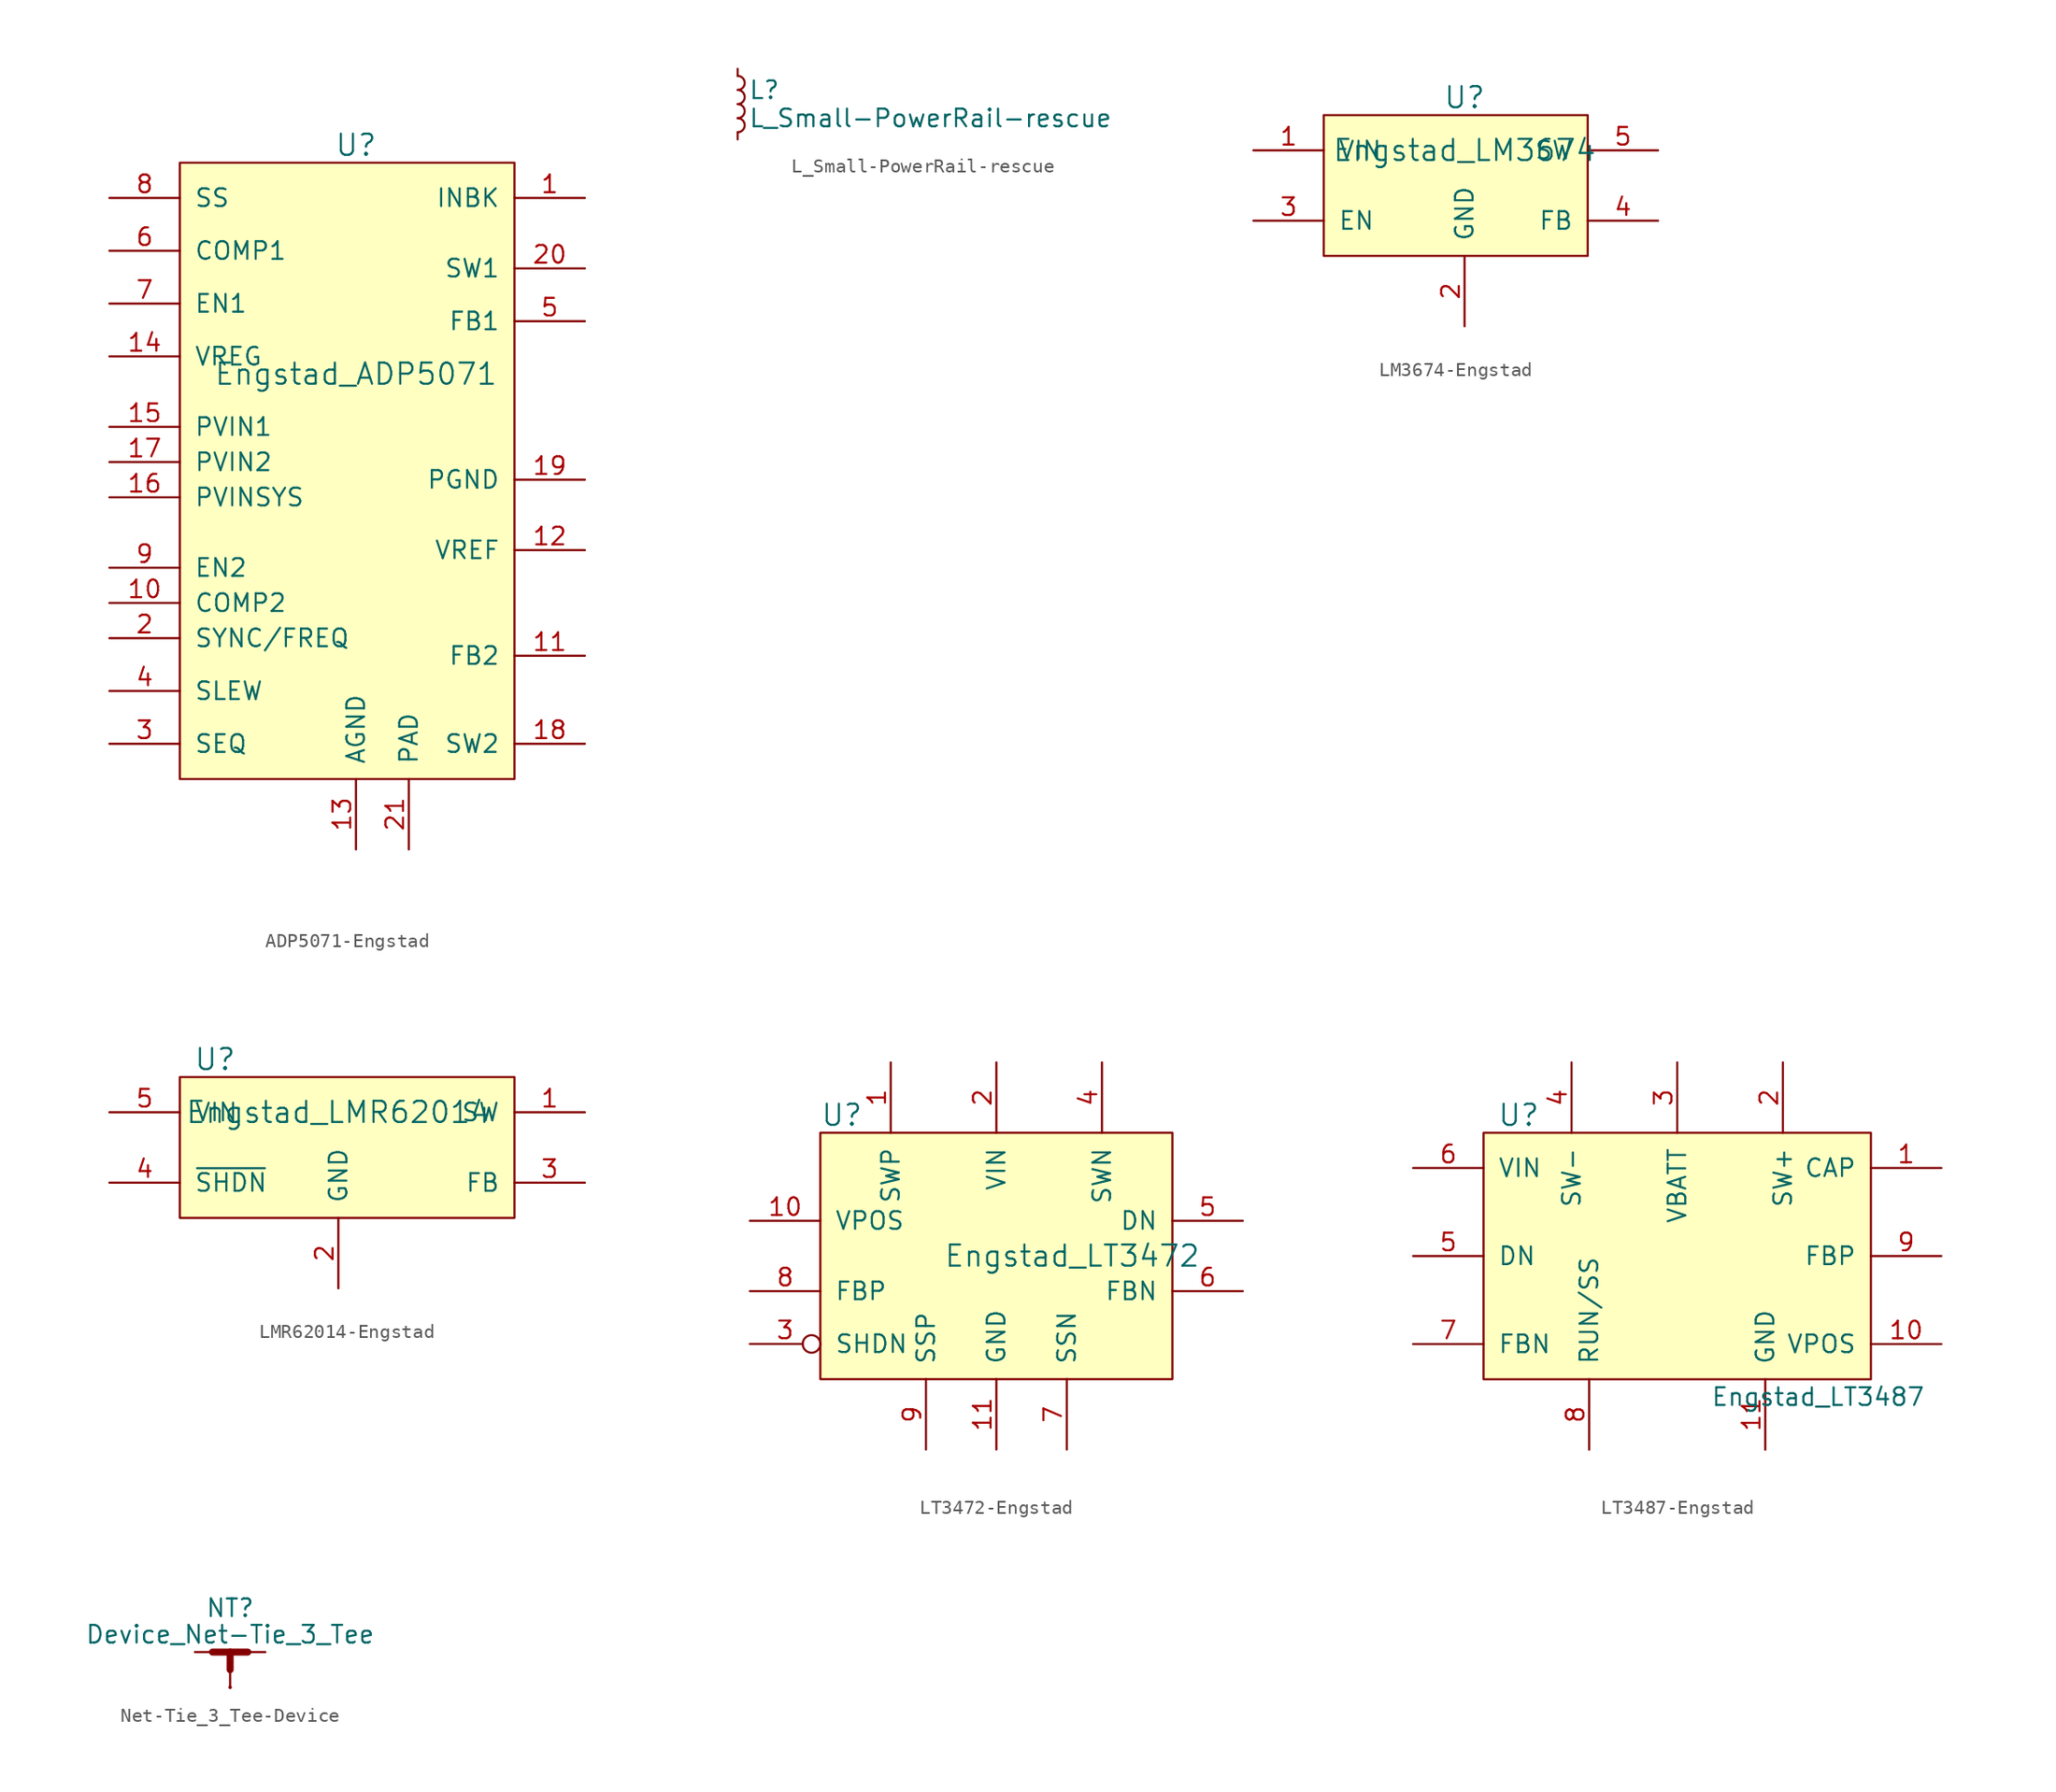
<source format=kicad_sym>
(kicad_symbol_lib
  (version 20220914)
  (generator kicad_symbol_editor)
  (symbol "ADP5071-Engstad"
    (pin_names
      (offset 1.016))
    (property "Reference" "U"
      (at 0 22.86 0)
      (effects (font (size 1.524 1.524))))
    (property "Value" "Engstad_ADP5071"
      (at 0 6.35 0)
      (effects (font (size 1.524 1.524))))
    (property "Footprint" ""
      (at 0 5.08 0)
      (effects (font (size 1.524 1.524))))
    (property "Datasheet" ""
      (at 0 5.08 0)
      (effects (font (size 1.524 1.524))))
    (symbol "ADP5071-Engstad_0_1"
      (rectangle (start -12.7 21.59) (end 11.43 -22.86) (stroke (width 0) (type solid)) (fill (type background))))
    (symbol "ADP5071-Engstad_1_1"
      (pin input line (at 16.51 19.05 180) (length 5.08) (name "INBK" (effects (font (size 1.27 1.27)))) (number "1" (effects (font (size 1.27 1.27)))))
      (pin input line (at -17.78 -10.16 0) (length 5.08) (name "COMP2" (effects (font (size 1.27 1.27)))) (number "10" (effects (font (size 1.27 1.27)))))
      (pin input line (at 16.51 -13.97 180) (length 5.08) (name "FB2" (effects (font (size 1.27 1.27)))) (number "11" (effects (font (size 1.27 1.27)))))
      (pin input line (at 16.51 -6.35 180) (length 5.08) (name "VREF" (effects (font (size 1.27 1.27)))) (number "12" (effects (font (size 1.27 1.27)))))
      (pin input line (at 0 -27.94 90) (length 5.08) (name "AGND" (effects (font (size 1.27 1.27)))) (number "13" (effects (font (size 1.27 1.27)))))
      (pin input line (at -17.78 7.62 0) (length 5.08) (name "VREG" (effects (font (size 1.27 1.27)))) (number "14" (effects (font (size 1.27 1.27)))))
      (pin input line (at -17.78 2.54 0) (length 5.08) (name "PVIN1" (effects (font (size 1.27 1.27)))) (number "15" (effects (font (size 1.27 1.27)))))
      (pin input line (at -17.78 -2.54 0) (length 5.08) (name "PVINSYS" (effects (font (size 1.27 1.27)))) (number "16" (effects (font (size 1.27 1.27)))))
      (pin input line (at -17.78 0 0) (length 5.08) (name "PVIN2" (effects (font (size 1.27 1.27)))) (number "17" (effects (font (size 1.27 1.27)))))
      (pin input line (at 16.51 -20.32 180) (length 5.08) (name "SW2" (effects (font (size 1.27 1.27)))) (number "18" (effects (font (size 1.27 1.27)))))
      (pin power_in line (at 16.51 -1.27 180) (length 5.08) (name "PGND" (effects (font (size 1.27 1.27)))) (number "19" (effects (font (size 1.27 1.27)))))
      (pin input line (at -17.78 -12.7 0) (length 5.08) (name "SYNC/FREQ" (effects (font (size 1.27 1.27)))) (number "2" (effects (font (size 1.27 1.27)))))
      (pin input line (at 16.51 13.97 180) (length 5.08) (name "SW1" (effects (font (size 1.27 1.27)))) (number "20" (effects (font (size 1.27 1.27)))))
      (pin input line (at 3.81 -27.94 90) (length 5.08) (name "PAD" (effects (font (size 1.27 1.27)))) (number "21" (effects (font (size 1.27 1.27)))))
      (pin input line (at -17.78 -20.32 0) (length 5.08) (name "SEQ" (effects (font (size 1.27 1.27)))) (number "3" (effects (font (size 1.27 1.27)))))
      (pin input line (at -17.78 -16.51 0) (length 5.08) (name "SLEW" (effects (font (size 1.27 1.27)))) (number "4" (effects (font (size 1.27 1.27)))))
      (pin input line (at 16.51 10.16 180) (length 5.08) (name "FB1" (effects (font (size 1.27 1.27)))) (number "5" (effects (font (size 1.27 1.27)))))
      (pin input line (at -17.78 15.24 0) (length 5.08) (name "COMP1" (effects (font (size 1.27 1.27)))) (number "6" (effects (font (size 1.27 1.27)))))
      (pin input line (at -17.78 11.43 0) (length 5.08) (name "EN1" (effects (font (size 1.27 1.27)))) (number "7" (effects (font (size 1.27 1.27)))))
      (pin input line (at -17.78 19.05 0) (length 5.08) (name "SS" (effects (font (size 1.27 1.27)))) (number "8" (effects (font (size 1.27 1.27)))))
      (pin input line (at -17.78 -7.62 0) (length 5.08) (name "EN2" (effects (font (size 1.27 1.27)))) (number "9" (effects (font (size 1.27 1.27)))))))
  (symbol "L_Small-PowerRail-rescue"
    (pin_numbers hide)
    (pin_names
      (offset 0.254) hide)
    (property "Reference" "L"
      (at 0.762 1.016 0)
      (effects (font (size 1.27 1.27)) (justify left)))
    (property "Value" "L_Small-PowerRail-rescue"
      (at 0.762 -1.016 0)
      (effects (font (size 1.27 1.27)) (justify left)))
    (property "Footprint" ""
      (at 0 0 0)
      (effects (font (size 1.27 1.27))))
    (property "Datasheet" ""
      (at 0 0 0)
      (effects (font (size 1.27 1.27))))
    (symbol "L_Small-PowerRail-rescue_0_1"
      (arc (start 0 -2.032) (mid 0.5058 -1.524) (end 0 -1.016) (stroke (width 0) (type solid)) (fill (type none)))
      (arc (start 0 -1.016) (mid 0.5058 -0.508) (end 0 0) (stroke (width 0) (type solid)) (fill (type none)))
      (arc (start 0 0) (mid 0.5058 0.508) (end 0 1.016) (stroke (width 0) (type solid)) (fill (type none)))
      (arc (start 0 1.016) (mid 0.5058 1.524) (end 0 2.032) (stroke (width 0) (type solid)) (fill (type none))))
    (symbol "L_Small-PowerRail-rescue_1_1"
      (pin passive line (at 0 2.54 270) (length 0.508) (name "~" (effects (font (size 1.016 1.016)))) (number "1" (effects (font (size 1.016 1.016)))))
      (pin passive line (at 0 -2.54 90) (length 0.508) (name "~" (effects (font (size 1.016 1.016)))) (number "2" (effects (font (size 1.016 1.016)))))))
  (symbol "LM3674-Engstad"
    (pin_names
      (offset 1.016))
    (property "Reference" "U"
      (at 0 6.35 0)
      (effects (font (size 1.524 1.524))))
    (property "Value" "Engstad_LM3674"
      (at 0 2.54 0)
      (effects (font (size 1.524 1.524))))
    (property "Footprint" ""
      (at 0 0 0)
      (effects (font (size 1.524 1.524))))
    (property "Datasheet" ""
      (at 0 0 0)
      (effects (font (size 1.524 1.524))))
    (symbol "LM3674-Engstad_0_1"
      (rectangle (start -10.16 5.08) (end 8.89 -5.08) (stroke (width 0) (type solid)) (fill (type background))))
    (symbol "LM3674-Engstad_1_1"
      (pin power_in line (at -15.24 2.54 0) (length 5.08) (name "VIN" (effects (font (size 1.27 1.27)))) (number "1" (effects (font (size 1.27 1.27)))))
      (pin power_in line (at 0 -10.16 90) (length 5.08) (name "GND" (effects (font (size 1.27 1.27)))) (number "2" (effects (font (size 1.27 1.27)))))
      (pin input line (at -15.24 -2.54 0) (length 5.08) (name "EN" (effects (font (size 1.27 1.27)))) (number "3" (effects (font (size 1.27 1.27)))))
      (pin input line (at 13.97 -2.54 180) (length 5.08) (name "FB" (effects (font (size 1.27 1.27)))) (number "4" (effects (font (size 1.27 1.27)))))
      (pin input line (at 13.97 2.54 180) (length 5.08) (name "SW" (effects (font (size 1.27 1.27)))) (number "5" (effects (font (size 1.27 1.27)))))))
  (symbol "LMR62014-Engstad"
    (pin_names
      (offset 1.016))
    (property "Reference" "U"
      (at -8.89 6.35 0)
      (effects (font (size 1.524 1.524))))
    (property "Value" "Engstad_LMR62014"
      (at 0 2.54 0)
      (effects (font (size 1.524 1.524))))
    (property "Footprint" ""
      (at 0 0 0)
      (effects (font (size 1.524 1.524))))
    (property "Datasheet" ""
      (at 0 0 0)
      (effects (font (size 1.524 1.524))))
    (symbol "LMR62014-Engstad_0_1"
      (rectangle (start -11.43 5.08) (end 12.7 -5.08) (stroke (width 0) (type solid)) (fill (type background))))
    (symbol "LMR62014-Engstad_1_1"
      (pin input line (at 17.78 2.54 180) (length 5.08) (name "SW" (effects (font (size 1.27 1.27)))) (number "1" (effects (font (size 1.27 1.27)))))
      (pin power_in line (at 0 -10.16 90) (length 5.08) (name "GND" (effects (font (size 1.27 1.27)))) (number "2" (effects (font (size 1.27 1.27)))))
      (pin input line (at 17.78 -2.54 180) (length 5.08) (name "FB" (effects (font (size 1.27 1.27)))) (number "3" (effects (font (size 1.27 1.27)))))
      (pin input line (at -16.51 -2.54 0) (length 5.08) (name "~{SHDN}" (effects (font (size 1.27 1.27)))) (number "4" (effects (font (size 1.27 1.27)))))
      (pin power_in line (at -16.51 2.54 0) (length 5.08) (name "VIN" (effects (font (size 1.27 1.27)))) (number "5" (effects (font (size 1.27 1.27)))))))
  (symbol "LT3472-Engstad"
    (pin_names
      (offset 1.016))
    (property "Reference" "U"
      (at -12.7 10.16 0)
      (effects (font (size 1.524 1.524)) (justify left)))
    (property "Value" "Engstad_LT3472"
      (at -3.81 0 0)
      (effects (font (size 1.524 1.524)) (justify left)))
    (property "Footprint" ""
      (at 0 0 0)
      (effects (font (size 1.524 1.524))))
    (property "Datasheet" ""
      (at 0 0 0)
      (effects (font (size 1.524 1.524))))
    (symbol "LT3472-Engstad_0_1"
      (rectangle (start -12.7 8.89) (end 12.7 -8.89) (stroke (width 0) (type solid)) (fill (type background))))
    (symbol "LT3472-Engstad_1_1"
      (pin input line (at -7.62 13.97 270) (length 5.08) (name "SWP" (effects (font (size 1.27 1.27)))) (number "1" (effects (font (size 1.27 1.27)))))
      (pin output line (at -17.78 2.54 0) (length 5.08) (name "VPOS" (effects (font (size 1.27 1.27)))) (number "10" (effects (font (size 1.27 1.27)))))
      (pin power_in line (at 0 -13.97 90) (length 5.08) (name "GND" (effects (font (size 1.27 1.27)))) (number "11" (effects (font (size 1.27 1.27)))))
      (pin power_in line (at 0 13.97 270) (length 5.08) (name "VIN" (effects (font (size 1.27 1.27)))) (number "2" (effects (font (size 1.27 1.27)))))
      (pin input inverted (at -17.78 -6.35 0) (length 5.08) (name "SHDN" (effects (font (size 1.27 1.27)))) (number "3" (effects (font (size 1.27 1.27)))))
      (pin input line (at 7.62 13.97 270) (length 5.08) (name "SWN" (effects (font (size 1.27 1.27)))) (number "4" (effects (font (size 1.27 1.27)))))
      (pin input line (at 17.78 2.54 180) (length 5.08) (name "DN" (effects (font (size 1.27 1.27)))) (number "5" (effects (font (size 1.27 1.27)))))
      (pin input line (at 17.78 -2.54 180) (length 5.08) (name "FBN" (effects (font (size 1.27 1.27)))) (number "6" (effects (font (size 1.27 1.27)))))
      (pin input line (at 5.08 -13.97 90) (length 5.08) (name "SSN" (effects (font (size 1.27 1.27)))) (number "7" (effects (font (size 1.27 1.27)))))
      (pin input line (at -17.78 -2.54 0) (length 5.08) (name "FBP" (effects (font (size 1.27 1.27)))) (number "8" (effects (font (size 1.27 1.27)))))
      (pin input line (at -5.08 -13.97 90) (length 5.08) (name "SSP" (effects (font (size 1.27 1.27)))) (number "9" (effects (font (size 1.27 1.27)))))))
  (symbol "LT3487-Engstad"
    (pin_names
      (offset 1.016))
    (property "Reference" "U"
      (at -11.43 10.16 0)
      (effects (font (size 1.524 1.524))))
    (property "Value" "Engstad_LT3487"
      (at 10.16 -10.16 0)
      (effects (font (size 1.27 1.27))))
    (property "Footprint" ""
      (at 0 -1.27 0)
      (effects (font (size 1.524 1.524))))
    (property "Datasheet" ""
      (at 0 -1.27 0)
      (effects (font (size 1.524 1.524))))
    (symbol "LT3487-Engstad_0_1"
      (rectangle (start -13.97 8.89) (end 13.97 -8.89) (stroke (width 0) (type solid)) (fill (type background))))
    (symbol "LT3487-Engstad_1_1"
      (pin output line (at 19.05 6.35 180) (length 5.08) (name "CAP" (effects (font (size 1.27 1.27)))) (number "1" (effects (font (size 1.27 1.27)))))
      (pin power_out line (at 19.05 -6.35 180) (length 5.08) (name "VPOS" (effects (font (size 1.27 1.27)))) (number "10" (effects (font (size 1.27 1.27)))))
      (pin power_in line (at 6.35 -13.97 90) (length 5.08) (name "GND" (effects (font (size 1.27 1.27)))) (number "11" (effects (font (size 1.27 1.27)))))
      (pin input line (at 7.62 13.97 270) (length 5.08) (name "SW+" (effects (font (size 1.27 1.27)))) (number "2" (effects (font (size 1.27 1.27)))))
      (pin input line (at 0 13.97 270) (length 5.08) (name "VBATT" (effects (font (size 1.27 1.27)))) (number "3" (effects (font (size 1.27 1.27)))))
      (pin input line (at -7.62 13.97 270) (length 5.08) (name "SW-" (effects (font (size 1.27 1.27)))) (number "4" (effects (font (size 1.27 1.27)))))
      (pin input line (at -19.05 0 0) (length 5.08) (name "DN" (effects (font (size 1.27 1.27)))) (number "5" (effects (font (size 1.27 1.27)))))
      (pin power_in line (at -19.05 6.35 0) (length 5.08) (name "VIN" (effects (font (size 1.27 1.27)))) (number "6" (effects (font (size 1.27 1.27)))))
      (pin input line (at -19.05 -6.35 0) (length 5.08) (name "FBN" (effects (font (size 1.27 1.27)))) (number "7" (effects (font (size 1.27 1.27)))))
      (pin input line (at -6.35 -13.97 90) (length 5.08) (name "RUN/SS" (effects (font (size 1.27 1.27)))) (number "8" (effects (font (size 1.27 1.27)))))
      (pin input line (at 19.05 0 180) (length 5.08) (name "FBP" (effects (font (size 1.27 1.27)))) (number "9" (effects (font (size 1.27 1.27)))))))
  (symbol "Net-Tie_3_Tee-Device"
    (pin_numbers hide)
    (pin_names
      (offset 0) hide)
    (property "Reference" "NT"
      (at 0 3.175 0)
      (effects (font (size 1.27 1.27))))
    (property "Value" "Device_Net-Tie_3_Tee"
      (at 0 1.27 0)
      (effects (font (size 1.27 1.27))))
    (symbol "Net-Tie_3_Tee-Device_0_1"
      (polyline (pts (xy -1.27 0) (xy 1.27 0)) (stroke (width 0.254) (type solid)) (fill (type none)))
      (polyline (pts (xy -1.27 0) (xy 1.27 0)) (stroke (width 0.508) (type solid)) (fill (type none)))
      (polyline (pts (xy 0 -2.54) (xy 0 -2.54)) (stroke (width 0.254) (type solid)) (fill (type none)))
      (polyline (pts (xy 0 -1.27) (xy 0 0)) (stroke (width 0.508) (type solid)) (fill (type none))))
    (symbol "Net-Tie_3_Tee-Device_1_1"
      (pin passive line (at -2.54 0 0) (length 2.54) (name "1" (effects (font (size 1.27 1.27)))) (number "1" (effects (font (size 1.27 1.27)))))
      (pin passive line (at 2.54 0 180) (length 2.54) (name "2" (effects (font (size 1.27 1.27)))) (number "2" (effects (font (size 1.27 1.27)))))
      (pin passive line (at 0 -2.54 90) (length 2.54) (name "3" (effects (font (size 1.27 1.27)))) (number "3" (effects (font (size 1.27 1.27))))))))
</source>
